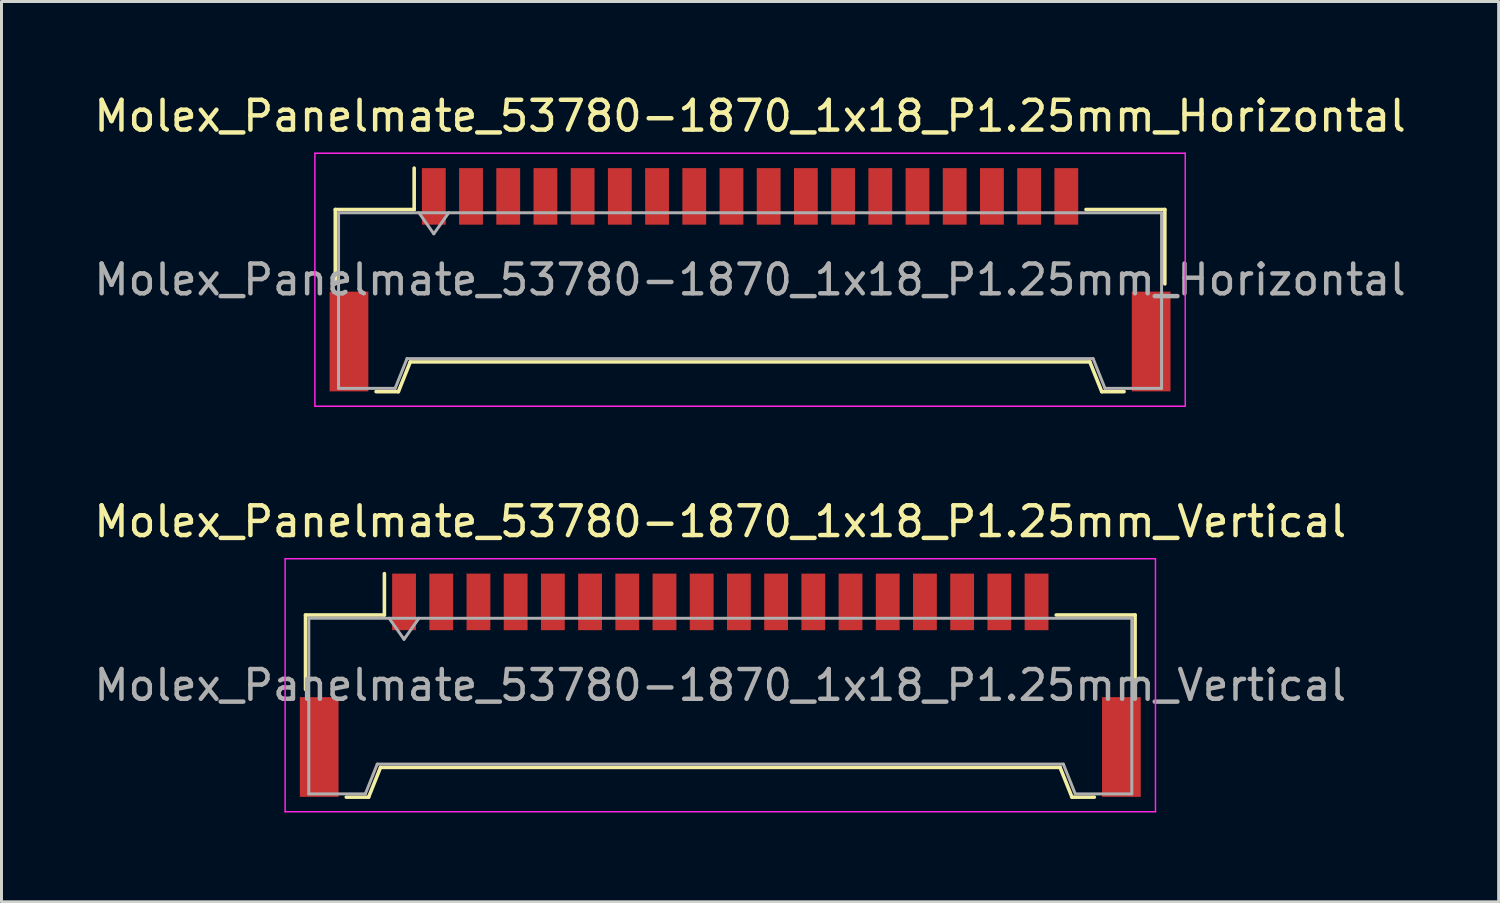
<source format=kicad_pcb>
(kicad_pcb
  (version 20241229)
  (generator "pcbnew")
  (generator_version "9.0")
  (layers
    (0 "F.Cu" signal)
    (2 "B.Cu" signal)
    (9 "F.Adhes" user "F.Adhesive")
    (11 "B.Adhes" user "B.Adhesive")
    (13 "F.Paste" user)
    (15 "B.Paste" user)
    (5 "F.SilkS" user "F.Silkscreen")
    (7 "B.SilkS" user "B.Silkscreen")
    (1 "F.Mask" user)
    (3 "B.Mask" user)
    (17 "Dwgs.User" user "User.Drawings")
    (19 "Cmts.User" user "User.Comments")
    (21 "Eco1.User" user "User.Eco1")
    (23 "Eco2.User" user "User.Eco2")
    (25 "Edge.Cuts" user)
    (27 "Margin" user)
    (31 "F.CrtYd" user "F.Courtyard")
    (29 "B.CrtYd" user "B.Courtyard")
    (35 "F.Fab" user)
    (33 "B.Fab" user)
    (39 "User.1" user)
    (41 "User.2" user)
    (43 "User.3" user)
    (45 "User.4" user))
  (footprint "Molex_Panelmate_53780-1870_1x18_P1.25mm_Horizontal"
    (layer "F.Cu")
    (at 22.149 6.348)
    (property "Reference" "Molex_Panelmate_53780-1870_1x18_P1.25mm_Horizontal" (at 0 -5.5 0) (layer "F.SilkS") (effects (font (size 1 1) (thickness 0.15))))
    (attr smd)
    (fp_line (start -13.935 -2.36) (end -11.285 -2.36) (stroke (width 0.12) (type solid)) (layer "F.SilkS"))
    (fp_line (start -13.935 0.14) (end -13.935 -2.36) (stroke (width 0.12) (type solid)) (layer "F.SilkS"))
    (fp_line (start -12.565 3.76) (end -11.815 3.76) (stroke (width 0.12) (type solid)) (layer "F.SilkS"))
    (fp_line (start -11.815 3.76) (end -11.415 2.76) (stroke (width 0.12) (type solid)) (layer "F.SilkS"))
    (fp_line (start -11.415 2.76) (end 11.415 2.76) (stroke (width 0.12) (type solid)) (layer "F.SilkS"))
    (fp_line (start -11.285 -2.36) (end -11.285 -3.75) (stroke (width 0.12) (type solid)) (layer "F.SilkS"))
    (fp_line (start 11.415 2.76) (end 11.815 3.76) (stroke (width 0.12) (type solid)) (layer "F.SilkS"))
    (fp_line (start 11.815 3.76) (end 12.565 3.76) (stroke (width 0.12) (type solid)) (layer "F.SilkS"))
    (fp_line (start 13.935 -2.36) (end 11.285 -2.36) (stroke (width 0.12) (type solid)) (layer "F.SilkS"))
    (fp_line (start 13.935 0.14) (end 13.935 -2.36) (stroke (width 0.12) (type solid)) (layer "F.SilkS"))
    (fp_line (start -14.62 -4.25) (end -14.62 4.25) (stroke (width 0.05) (type solid)) (layer "F.CrtYd"))
    (fp_line (start -14.62 4.25) (end 14.62 4.25) (stroke (width 0.05) (type solid)) (layer "F.CrtYd"))
    (fp_line (start 14.62 -4.25) (end -14.62 -4.25) (stroke (width 0.05) (type solid)) (layer "F.CrtYd"))
    (fp_line (start 14.62 4.25) (end 14.62 -4.25) (stroke (width 0.05) (type solid)) (layer "F.CrtYd"))
    (fp_line (start -13.825 -2.25) (end -13.825 3.65) (stroke (width 0.1) (type solid)) (layer "F.Fab"))
    (fp_line (start -13.825 -2.25) (end 13.825 -2.25) (stroke (width 0.1) (type solid)) (layer "F.Fab"))
    (fp_line (start -13.825 3.65) (end -11.925 3.65) (stroke (width 0.1) (type solid)) (layer "F.Fab"))
    (fp_line (start -11.925 3.65) (end -11.525 2.65) (stroke (width 0.1) (type solid)) (layer "F.Fab"))
    (fp_line (start -11.525 2.65) (end 11.525 2.65) (stroke (width 0.1) (type solid)) (layer "F.Fab"))
    (fp_line (start -11.125 -2.25) (end -10.625 -1.543) (stroke (width 0.1) (type solid)) (layer "F.Fab"))
    (fp_line (start -10.625 -1.543) (end -10.125 -2.25) (stroke (width 0.1) (type solid)) (layer "F.Fab"))
    (fp_line (start 11.525 2.65) (end 11.925 3.65) (stroke (width 0.1) (type solid)) (layer "F.Fab"))
    (fp_line (start 11.925 3.65) (end 13.825 3.65) (stroke (width 0.1) (type solid)) (layer "F.Fab"))
    (fp_line (start 13.825 -2.25) (end 13.825 3.65) (stroke (width 0.1) (type solid)) (layer "F.Fab"))
    (fp_text user "${REFERENCE}" (at 0 0 0) (layer "F.Fab") (effects (font (size 1 1) (thickness 0.15))))
    (pad "" smd rect (at -13.475 2.075) (size 1.3 3.35) (layers "F.Cu" "F.Mask" "F.Paste"))
    (pad "" smd rect (at 13.475 2.075) (size 1.3 3.35) (layers "F.Cu" "F.Mask" "F.Paste"))
    (pad "1" smd rect (at -10.625 -2.8) (size 0.8 1.9) (layers "F.Cu" "F.Mask" "F.Paste"))
    (pad "2" smd rect (at -9.375 -2.8) (size 0.8 1.9) (layers "F.Cu" "F.Mask" "F.Paste"))
    (pad "3" smd rect (at -8.125 -2.8) (size 0.8 1.9) (layers "F.Cu" "F.Mask" "F.Paste"))
    (pad "4" smd rect (at -6.875 -2.8) (size 0.8 1.9) (layers "F.Cu" "F.Mask" "F.Paste"))
    (pad "5" smd rect (at -5.625 -2.8) (size 0.8 1.9) (layers "F.Cu" "F.Mask" "F.Paste"))
    (pad "6" smd rect (at -4.375 -2.8) (size 0.8 1.9) (layers "F.Cu" "F.Mask" "F.Paste"))
    (pad "7" smd rect (at -3.125 -2.8) (size 0.8 1.9) (layers "F.Cu" "F.Mask" "F.Paste"))
    (pad "8" smd rect (at -1.875 -2.8) (size 0.8 1.9) (layers "F.Cu" "F.Mask" "F.Paste"))
    (pad "9" smd rect (at -0.625 -2.8) (size 0.8 1.9) (layers "F.Cu" "F.Mask" "F.Paste"))
    (pad "10" smd rect (at 0.625 -2.8) (size 0.8 1.9) (layers "F.Cu" "F.Mask" "F.Paste"))
    (pad "11" smd rect (at 1.875 -2.8) (size 0.8 1.9) (layers "F.Cu" "F.Mask" "F.Paste"))
    (pad "12" smd rect (at 3.125 -2.8) (size 0.8 1.9) (layers "F.Cu" "F.Mask" "F.Paste"))
    (pad "13" smd rect (at 4.375 -2.8) (size 0.8 1.9) (layers "F.Cu" "F.Mask" "F.Paste"))
    (pad "14" smd rect (at 5.625 -2.8) (size 0.8 1.9) (layers "F.Cu" "F.Mask" "F.Paste"))
    (pad "15" smd rect (at 6.875 -2.8) (size 0.8 1.9) (layers "F.Cu" "F.Mask" "F.Paste"))
    (pad "16" smd rect (at 8.125 -2.8) (size 0.8 1.9) (layers "F.Cu" "F.Mask" "F.Paste"))
    (pad "17" smd rect (at 9.375 -2.8) (size 0.8 1.9) (layers "F.Cu" "F.Mask" "F.Paste"))
    (pad "18" smd rect (at 10.625 -2.8) (size 0.8 1.9) (layers "F.Cu" "F.Mask" "F.Paste")))
  (footprint "Molex_Panelmate_53780-1870_1x18_P1.25mm_Vertical"
    (layer "F.Cu")
    (at 21.149 19.971)
    (property "Reference" "Molex_Panelmate_53780-1870_1x18_P1.25mm_Vertical" (at 0 -5.5 0) (layer "F.SilkS") (effects (font (size 1 1) (thickness 0.15))))
    (attr smd)
    (fp_line (start -13.935 -2.36) (end -11.285 -2.36) (stroke (width 0.12) (type solid)) (layer "F.SilkS"))
    (fp_line (start -13.935 0.14) (end -13.935 -2.36) (stroke (width 0.12) (type solid)) (layer "F.SilkS"))
    (fp_line (start -12.565 3.76) (end -11.815 3.76) (stroke (width 0.12) (type solid)) (layer "F.SilkS"))
    (fp_line (start -11.815 3.76) (end -11.415 2.76) (stroke (width 0.12) (type solid)) (layer "F.SilkS"))
    (fp_line (start -11.415 2.76) (end 11.415 2.76) (stroke (width 0.12) (type solid)) (layer "F.SilkS"))
    (fp_line (start -11.285 -2.36) (end -11.285 -3.75) (stroke (width 0.12) (type solid)) (layer "F.SilkS"))
    (fp_line (start 11.415 2.76) (end 11.815 3.76) (stroke (width 0.12) (type solid)) (layer "F.SilkS"))
    (fp_line (start 11.815 3.76) (end 12.565 3.76) (stroke (width 0.12) (type solid)) (layer "F.SilkS"))
    (fp_line (start 13.935 -2.36) (end 11.285 -2.36) (stroke (width 0.12) (type solid)) (layer "F.SilkS"))
    (fp_line (start 13.935 0.14) (end 13.935 -2.36) (stroke (width 0.12) (type solid)) (layer "F.SilkS"))
    (fp_line (start -14.62 -4.25) (end -14.62 4.25) (stroke (width 0.05) (type solid)) (layer "F.CrtYd"))
    (fp_line (start -14.62 4.25) (end 14.62 4.25) (stroke (width 0.05) (type solid)) (layer "F.CrtYd"))
    (fp_line (start 14.62 -4.25) (end -14.62 -4.25) (stroke (width 0.05) (type solid)) (layer "F.CrtYd"))
    (fp_line (start 14.62 4.25) (end 14.62 -4.25) (stroke (width 0.05) (type solid)) (layer "F.CrtYd"))
    (fp_line (start -13.825 -2.25) (end -13.825 3.65) (stroke (width 0.1) (type solid)) (layer "F.Fab"))
    (fp_line (start -13.825 -2.25) (end 13.825 -2.25) (stroke (width 0.1) (type solid)) (layer "F.Fab"))
    (fp_line (start -13.825 3.65) (end -11.925 3.65) (stroke (width 0.1) (type solid)) (layer "F.Fab"))
    (fp_line (start -11.925 3.65) (end -11.525 2.65) (stroke (width 0.1) (type solid)) (layer "F.Fab"))
    (fp_line (start -11.525 2.65) (end 11.525 2.65) (stroke (width 0.1) (type solid)) (layer "F.Fab"))
    (fp_line (start -11.125 -2.25) (end -10.625 -1.543) (stroke (width 0.1) (type solid)) (layer "F.Fab"))
    (fp_line (start -10.625 -1.543) (end -10.125 -2.25) (stroke (width 0.1) (type solid)) (layer "F.Fab"))
    (fp_line (start 11.525 2.65) (end 11.925 3.65) (stroke (width 0.1) (type solid)) (layer "F.Fab"))
    (fp_line (start 11.925 3.65) (end 13.825 3.65) (stroke (width 0.1) (type solid)) (layer "F.Fab"))
    (fp_line (start 13.825 -2.25) (end 13.825 3.65) (stroke (width 0.1) (type solid)) (layer "F.Fab"))
    (fp_text user "${REFERENCE}" (at 0 0 0) (layer "F.Fab") (effects (font (size 1 1) (thickness 0.15))))
    (pad "" smd rect (at -13.475 2.075) (size 1.3 3.35) (layers "F.Cu" "F.Mask" "F.Paste"))
    (pad "" smd rect (at 13.475 2.075) (size 1.3 3.35) (layers "F.Cu" "F.Mask" "F.Paste"))
    (pad "1" smd rect (at -10.625 -2.8) (size 0.8 1.9) (layers "F.Cu" "F.Mask" "F.Paste"))
    (pad "2" smd rect (at -9.375 -2.8) (size 0.8 1.9) (layers "F.Cu" "F.Mask" "F.Paste"))
    (pad "3" smd rect (at -8.125 -2.8) (size 0.8 1.9) (layers "F.Cu" "F.Mask" "F.Paste"))
    (pad "4" smd rect (at -6.875 -2.8) (size 0.8 1.9) (layers "F.Cu" "F.Mask" "F.Paste"))
    (pad "5" smd rect (at -5.625 -2.8) (size 0.8 1.9) (layers "F.Cu" "F.Mask" "F.Paste"))
    (pad "6" smd rect (at -4.375 -2.8) (size 0.8 1.9) (layers "F.Cu" "F.Mask" "F.Paste"))
    (pad "7" smd rect (at -3.125 -2.8) (size 0.8 1.9) (layers "F.Cu" "F.Mask" "F.Paste"))
    (pad "8" smd rect (at -1.875 -2.8) (size 0.8 1.9) (layers "F.Cu" "F.Mask" "F.Paste"))
    (pad "9" smd rect (at -0.625 -2.8) (size 0.8 1.9) (layers "F.Cu" "F.Mask" "F.Paste"))
    (pad "10" smd rect (at 0.625 -2.8) (size 0.8 1.9) (layers "F.Cu" "F.Mask" "F.Paste"))
    (pad "11" smd rect (at 1.875 -2.8) (size 0.8 1.9) (layers "F.Cu" "F.Mask" "F.Paste"))
    (pad "12" smd rect (at 3.125 -2.8) (size 0.8 1.9) (layers "F.Cu" "F.Mask" "F.Paste"))
    (pad "13" smd rect (at 4.375 -2.8) (size 0.8 1.9) (layers "F.Cu" "F.Mask" "F.Paste"))
    (pad "14" smd rect (at 5.625 -2.8) (size 0.8 1.9) (layers "F.Cu" "F.Mask" "F.Paste"))
    (pad "15" smd rect (at 6.875 -2.8) (size 0.8 1.9) (layers "F.Cu" "F.Mask" "F.Paste"))
    (pad "16" smd rect (at 8.125 -2.8) (size 0.8 1.9) (layers "F.Cu" "F.Mask" "F.Paste"))
    (pad "17" smd rect (at 9.375 -2.8) (size 0.8 1.9) (layers "F.Cu" "F.Mask" "F.Paste"))
    (pad "18" smd rect (at 10.625 -2.8) (size 0.8 1.9) (layers "F.Cu" "F.Mask" "F.Paste")))
  (gr_rect
    (start -3 -3)
    (end 47.298 27.247)
    (stroke (width 0.1) (type default))
    (fill no)
    (layer "Edge.Cuts")))
</source>
